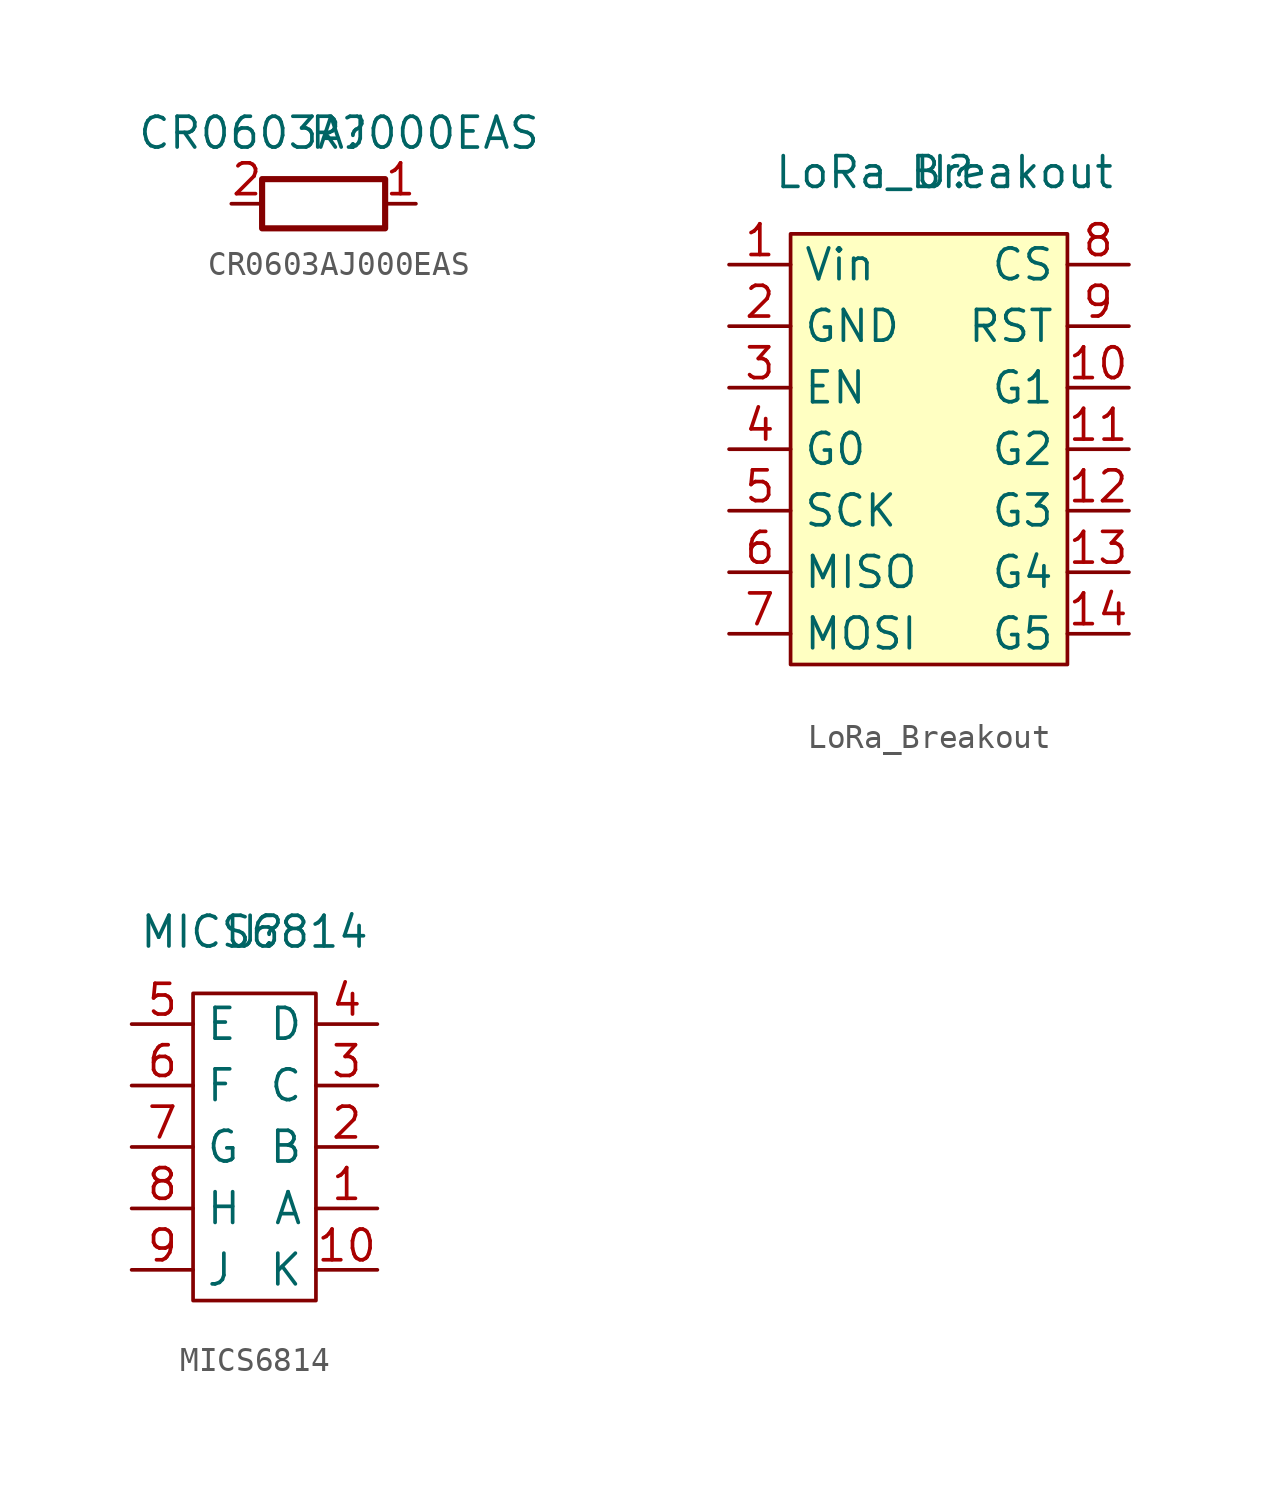
<source format=kicad_sym>
(kicad_symbol_lib
  (version 20211014)
  (generator kicad_symbol_editor)
  (symbol "CR0603AJ000EAS"
    (property "Reference" "R"
      (at 0 0 0)
      (effects (font (size 1.27 1.27))))
    (property "Value" "CR0603AJ000EAS"
      (at 0 0 0)
      (effects (font (size 1.27 1.27))))
    (symbol "CR0603AJ000EAS_0_1"
      (rectangle (start -3.175 -1.905) (end 1.905 -3.937) (stroke (width 0.254) (type default) (color 0 0 0 0)) (fill (type none))))
    (symbol "CR0603AJ000EAS_1_1"
      (pin passive line (at 3.175 -2.921 180) (length 1.27) (name "~" (effects (font (size 1.27 1.27)))) (number "1" (effects (font (size 1.27 1.27)))))
      (pin passive line (at -4.445 -2.921 0) (length 1.27) (name "~" (effects (font (size 1.27 1.27)))) (number "2" (effects (font (size 1.27 1.27)))))))
  (symbol "LoRa_Breakout"
    (property "Reference" "U"
      (at 0 0 0)
      (effects (font (size 1.27 1.27))))
    (property "Value" "LoRa_Breakout"
      (at 0 0 0)
      (effects (font (size 1.27 1.27))))
    (symbol "LoRa_Breakout_0_1"
      (rectangle (start -6.35 -2.54) (end 5.08 -20.32) (stroke (width 0) (type default) (color 0 0 0 0)) (fill (type background))))
    (symbol "LoRa_Breakout_1_1"
      (pin power_in line (at -8.89 -3.81 0) (length 2.54) (name "Vin" (effects (font (size 1.27 1.27)))) (number "1" (effects (font (size 1.27 1.27)))))
      (pin bidirectional line (at 7.62 -8.89 180) (length 2.54) (name "G1" (effects (font (size 1.27 1.27)))) (number "10" (effects (font (size 1.27 1.27)))))
      (pin bidirectional line (at 7.62 -11.43 180) (length 2.54) (name "G2" (effects (font (size 1.27 1.27)))) (number "11" (effects (font (size 1.27 1.27)))))
      (pin bidirectional line (at 7.62 -13.97 180) (length 2.54) (name "G3" (effects (font (size 1.27 1.27)))) (number "12" (effects (font (size 1.27 1.27)))))
      (pin bidirectional line (at 7.62 -16.51 180) (length 2.54) (name "G4" (effects (font (size 1.27 1.27)))) (number "13" (effects (font (size 1.27 1.27)))))
      (pin bidirectional line (at 7.62 -19.05 180) (length 2.54) (name "G5" (effects (font (size 1.27 1.27)))) (number "14" (effects (font (size 1.27 1.27)))))
      (pin passive line (at -8.89 -6.35 0) (length 2.54) (name "GND" (effects (font (size 1.27 1.27)))) (number "2" (effects (font (size 1.27 1.27)))))
      (pin input line (at -8.89 -8.89 0) (length 2.54) (name "EN" (effects (font (size 1.27 1.27)))) (number "3" (effects (font (size 1.27 1.27)))))
      (pin bidirectional line (at -8.89 -11.43 0) (length 2.54) (name "G0" (effects (font (size 1.27 1.27)))) (number "4" (effects (font (size 1.27 1.27)))))
      (pin input line (at -8.89 -13.97 0) (length 2.54) (name "SCK" (effects (font (size 1.27 1.27)))) (number "5" (effects (font (size 1.27 1.27)))))
      (pin input line (at -8.89 -16.51 0) (length 2.54) (name "MISO" (effects (font (size 1.27 1.27)))) (number "6" (effects (font (size 1.27 1.27)))))
      (pin output line (at -8.89 -19.05 0) (length 2.54) (name "MOSI" (effects (font (size 1.27 1.27)))) (number "7" (effects (font (size 1.27 1.27)))))
      (pin input line (at 7.62 -3.81 180) (length 2.54) (name "CS" (effects (font (size 1.27 1.27)))) (number "8" (effects (font (size 1.27 1.27)))))
      (pin bidirectional line (at 7.62 -6.35 180) (length 2.54) (name "RST" (effects (font (size 1.27 1.27)))) (number "9" (effects (font (size 1.27 1.27)))))))
  (symbol "MICS6814"
    (property "Reference" "U"
      (at 0 0 0)
      (effects (font (size 1.27 1.27))))
    (property "Value" "MICS6814"
      (at 0 0 0)
      (effects (font (size 1.27 1.27))))
    (symbol "MICS6814_0_1"
      (rectangle (start -2.54 -2.54) (end 2.54 -15.24) (stroke (width 0) (type default) (color 0 0 0 0)) (fill (type none))))
    (symbol "MICS6814_1_1"
      (pin output line (at 5.08 -11.43 180) (length 2.54) (name "A" (effects (font (size 1.27 1.27)))) (number "1" (effects (font (size 1.27 1.27)))))
      (pin power_in line (at 5.08 -13.97 180) (length 2.54) (name "K" (effects (font (size 1.27 1.27)))) (number "10" (effects (font (size 1.27 1.27)))))
      (pin passive line (at 5.08 -8.89 180) (length 2.54) (name "B" (effects (font (size 1.27 1.27)))) (number "2" (effects (font (size 1.27 1.27)))))
      (pin power_in line (at 5.08 -6.35 180) (length 2.54) (name "C" (effects (font (size 1.27 1.27)))) (number "3" (effects (font (size 1.27 1.27)))))
      (pin output line (at 5.08 -3.81 180) (length 2.54) (name "D" (effects (font (size 1.27 1.27)))) (number "4" (effects (font (size 1.27 1.27)))))
      (pin power_in line (at -5.08 -3.81 0) (length 2.54) (name "E" (effects (font (size 1.27 1.27)))) (number "5" (effects (font (size 1.27 1.27)))))
      (pin passive line (at -5.08 -6.35 0) (length 2.54) (name "F" (effects (font (size 1.27 1.27)))) (number "6" (effects (font (size 1.27 1.27)))))
      (pin power_in line (at -5.08 -8.89 0) (length 2.54) (name "G" (effects (font (size 1.27 1.27)))) (number "7" (effects (font (size 1.27 1.27)))))
      (pin output line (at -5.08 -11.43 0) (length 2.54) (name "H" (effects (font (size 1.27 1.27)))) (number "8" (effects (font (size 1.27 1.27)))))
      (pin passive line (at -5.08 -13.97 0) (length 2.54) (name "J" (effects (font (size 1.27 1.27)))) (number "9" (effects (font (size 1.27 1.27))))))))
</source>
